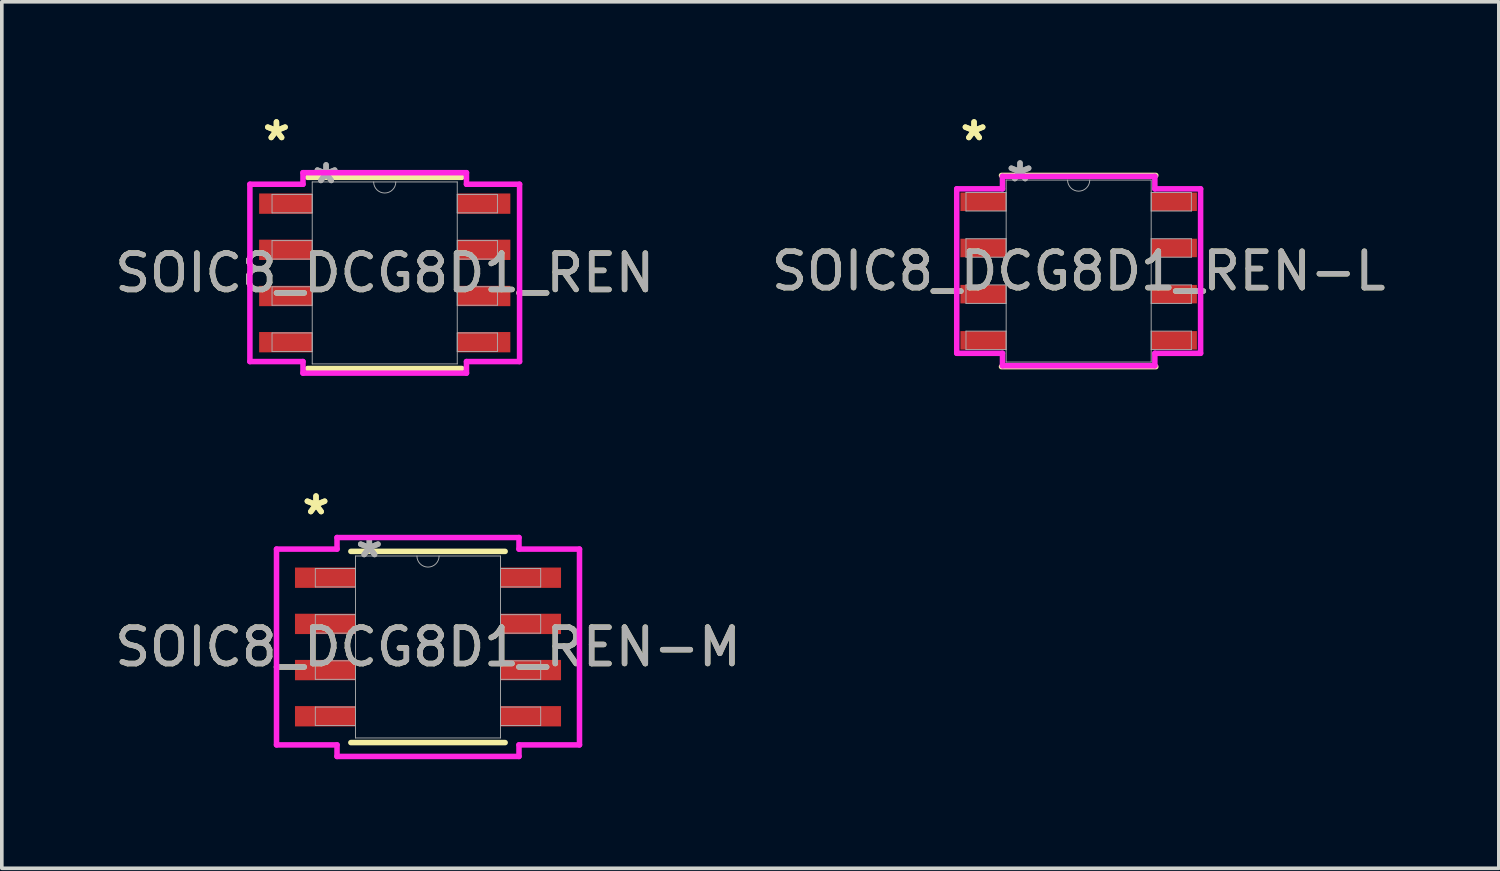
<source format=kicad_pcb>
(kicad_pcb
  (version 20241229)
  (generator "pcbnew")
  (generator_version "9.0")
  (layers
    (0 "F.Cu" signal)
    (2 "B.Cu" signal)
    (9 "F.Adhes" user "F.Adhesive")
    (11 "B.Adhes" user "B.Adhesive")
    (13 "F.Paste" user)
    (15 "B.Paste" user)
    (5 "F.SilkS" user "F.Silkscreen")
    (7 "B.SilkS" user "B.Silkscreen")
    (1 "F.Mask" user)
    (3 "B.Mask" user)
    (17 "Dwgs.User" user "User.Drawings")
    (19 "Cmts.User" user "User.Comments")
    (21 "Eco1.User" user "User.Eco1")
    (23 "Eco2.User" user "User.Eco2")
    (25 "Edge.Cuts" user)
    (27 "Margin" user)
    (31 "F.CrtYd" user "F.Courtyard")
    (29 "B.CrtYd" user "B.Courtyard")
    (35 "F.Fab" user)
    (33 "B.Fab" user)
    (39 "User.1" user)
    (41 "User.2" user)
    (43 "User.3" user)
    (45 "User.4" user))
  (footprint "SOIC8_DCG8D1_REN-L"
    (layer "F.Cu")
    (at 26.613 4.404)
    (property "Reference" "SOIC8_DCG8D1_REN-L" (at 0 0 0) (unlocked yes) (layer "F.SilkS") (effects (font (size 1 1) (thickness 0.15))))
    (attr smd)
    (fp_line (start -2.121 2.629) (end 2.121 2.629) (stroke (width 0.152) (type solid)) (layer "F.SilkS"))
    (fp_line (start 2.121 -2.629) (end -2.121 -2.629) (stroke (width 0.152) (type solid)) (layer "F.SilkS"))
    (fp_line (start -3.353 -2.261) (end -2.095 -2.261) (stroke (width 0.152) (type solid)) (layer "F.CrtYd"))
    (fp_line (start -3.353 2.261) (end -3.353 -2.261) (stroke (width 0.152) (type solid)) (layer "F.CrtYd"))
    (fp_line (start -3.353 2.261) (end -2.095 2.261) (stroke (width 0.152) (type solid)) (layer "F.CrtYd"))
    (fp_line (start -2.095 -2.603) (end 2.095 -2.603) (stroke (width 0.152) (type solid)) (layer "F.CrtYd"))
    (fp_line (start -2.095 -2.261) (end -2.095 -2.603) (stroke (width 0.152) (type solid)) (layer "F.CrtYd"))
    (fp_line (start -2.095 2.603) (end -2.095 2.261) (stroke (width 0.152) (type solid)) (layer "F.CrtYd"))
    (fp_line (start 2.095 -2.603) (end 2.095 -2.261) (stroke (width 0.152) (type solid)) (layer "F.CrtYd"))
    (fp_line (start 2.095 2.261) (end 2.095 2.603) (stroke (width 0.152) (type solid)) (layer "F.CrtYd"))
    (fp_line (start 2.095 2.603) (end -2.095 2.603) (stroke (width 0.152) (type solid)) (layer "F.CrtYd"))
    (fp_line (start 3.353 -2.261) (end 2.095 -2.261) (stroke (width 0.152) (type solid)) (layer "F.CrtYd"))
    (fp_line (start 3.353 -2.261) (end 3.353 2.261) (stroke (width 0.152) (type solid)) (layer "F.CrtYd"))
    (fp_line (start 3.353 2.261) (end 2.095 2.261) (stroke (width 0.152) (type solid)) (layer "F.CrtYd"))
    (fp_line (start -3.099 -2.159) (end -3.099 -1.651) (stroke (width 0.025) (type solid)) (layer "F.Fab"))
    (fp_line (start -3.099 -1.651) (end -1.994 -1.651) (stroke (width 0.025) (type solid)) (layer "F.Fab"))
    (fp_line (start -3.099 -0.889) (end -3.099 -0.381) (stroke (width 0.025) (type solid)) (layer "F.Fab"))
    (fp_line (start -3.099 -0.381) (end -1.994 -0.381) (stroke (width 0.025) (type solid)) (layer "F.Fab"))
    (fp_line (start -3.099 0.381) (end -3.099 0.889) (stroke (width 0.025) (type solid)) (layer "F.Fab"))
    (fp_line (start -3.099 0.889) (end -1.994 0.889) (stroke (width 0.025) (type solid)) (layer "F.Fab"))
    (fp_line (start -3.099 1.651) (end -3.099 2.159) (stroke (width 0.025) (type solid)) (layer "F.Fab"))
    (fp_line (start -3.099 2.159) (end -1.994 2.159) (stroke (width 0.025) (type solid)) (layer "F.Fab"))
    (fp_line (start -1.994 -2.502) (end -1.994 2.502) (stroke (width 0.025) (type solid)) (layer "F.Fab"))
    (fp_line (start -1.994 -2.159) (end -3.099 -2.159) (stroke (width 0.025) (type solid)) (layer "F.Fab"))
    (fp_line (start -1.994 -1.651) (end -1.994 -2.159) (stroke (width 0.025) (type solid)) (layer "F.Fab"))
    (fp_line (start -1.994 -0.889) (end -3.099 -0.889) (stroke (width 0.025) (type solid)) (layer "F.Fab"))
    (fp_line (start -1.994 -0.381) (end -1.994 -0.889) (stroke (width 0.025) (type solid)) (layer "F.Fab"))
    (fp_line (start -1.994 0.381) (end -3.099 0.381) (stroke (width 0.025) (type solid)) (layer "F.Fab"))
    (fp_line (start -1.994 0.889) (end -1.994 0.381) (stroke (width 0.025) (type solid)) (layer "F.Fab"))
    (fp_line (start -1.994 1.651) (end -3.099 1.651) (stroke (width 0.025) (type solid)) (layer "F.Fab"))
    (fp_line (start -1.994 2.159) (end -1.994 1.651) (stroke (width 0.025) (type solid)) (layer "F.Fab"))
    (fp_line (start -1.994 2.502) (end 1.994 2.502) (stroke (width 0.025) (type solid)) (layer "F.Fab"))
    (fp_line (start 1.994 -2.502) (end -1.994 -2.502) (stroke (width 0.025) (type solid)) (layer "F.Fab"))
    (fp_line (start 1.994 -2.159) (end 1.994 -1.651) (stroke (width 0.025) (type solid)) (layer "F.Fab"))
    (fp_line (start 1.994 -1.651) (end 3.099 -1.651) (stroke (width 0.025) (type solid)) (layer "F.Fab"))
    (fp_line (start 1.994 -0.889) (end 1.994 -0.381) (stroke (width 0.025) (type solid)) (layer "F.Fab"))
    (fp_line (start 1.994 -0.381) (end 3.099 -0.381) (stroke (width 0.025) (type solid)) (layer "F.Fab"))
    (fp_line (start 1.994 0.381) (end 1.994 0.889) (stroke (width 0.025) (type solid)) (layer "F.Fab"))
    (fp_line (start 1.994 0.889) (end 3.099 0.889) (stroke (width 0.025) (type solid)) (layer "F.Fab"))
    (fp_line (start 1.994 1.651) (end 1.994 2.159) (stroke (width 0.025) (type solid)) (layer "F.Fab"))
    (fp_line (start 1.994 2.159) (end 3.099 2.159) (stroke (width 0.025) (type solid)) (layer "F.Fab"))
    (fp_line (start 1.994 2.502) (end 1.994 -2.502) (stroke (width 0.025) (type solid)) (layer "F.Fab"))
    (fp_line (start 3.099 -2.159) (end 1.994 -2.159) (stroke (width 0.025) (type solid)) (layer "F.Fab"))
    (fp_line (start 3.099 -1.651) (end 3.099 -2.159) (stroke (width 0.025) (type solid)) (layer "F.Fab"))
    (fp_line (start 3.099 -0.889) (end 1.994 -0.889) (stroke (width 0.025) (type solid)) (layer "F.Fab"))
    (fp_line (start 3.099 -0.381) (end 3.099 -0.889) (stroke (width 0.025) (type solid)) (layer "F.Fab"))
    (fp_line (start 3.099 0.381) (end 1.994 0.381) (stroke (width 0.025) (type solid)) (layer "F.Fab"))
    (fp_line (start 3.099 0.889) (end 3.099 0.381) (stroke (width 0.025) (type solid)) (layer "F.Fab"))
    (fp_line (start 3.099 1.651) (end 1.994 1.651) (stroke (width 0.025) (type solid)) (layer "F.Fab"))
    (fp_line (start 3.099 2.159) (end 3.099 1.651) (stroke (width 0.025) (type solid)) (layer "F.Fab"))
    (fp_arc (start 0.3048 -2.5019) (mid 0 -2.1971) (end -0.3048 -2.5019) (stroke (width 0.0254) (type solid)) (layer "F.Fab"))
    (fp_text user "*" (at -2.877 -3.556 0) (unlocked yes) (layer "F.SilkS") (effects (font (size 1 1) (thickness 0.15))))
    (fp_text user "*" (at -2.877 -3.556 0) (layer "F.SilkS") (effects (font (size 1 1) (thickness 0.15))))
    (fp_text user "*" (at -1.613 -2.426 0) (layer "F.Fab") (effects (font (size 1 1) (thickness 0.15))))
    (fp_text user "*" (at -1.613 -2.426 0) (unlocked yes) (layer "F.Fab") (effects (font (size 1 1) (thickness 0.15))))
    (fp_text user "${REFERENCE}" (at 0 0 0) (unlocked yes) (layer "F.Fab") (effects (font (size 1 1) (thickness 0.15))))
    (pad "1" smd rect (at -2.623 -1.905) (size 1.257 0.508) (layers "F.Cu" "F.Mask" "F.Paste"))
    (pad "2" smd rect (at -2.623 -0.635) (size 1.257 0.508) (layers "F.Cu" "F.Mask" "F.Paste"))
    (pad "3" smd rect (at -2.623 0.635) (size 1.257 0.508) (layers "F.Cu" "F.Mask" "F.Paste"))
    (pad "4" smd rect (at -2.623 1.905) (size 1.257 0.508) (layers "F.Cu" "F.Mask" "F.Paste"))
    (pad "5" smd rect (at 2.623 1.905) (size 1.257 0.508) (layers "F.Cu" "F.Mask" "F.Paste"))
    (pad "6" smd rect (at 2.623 0.635) (size 1.257 0.508) (layers "F.Cu" "F.Mask" "F.Paste"))
    (pad "7" smd rect (at 2.623 -0.635) (size 1.257 0.508) (layers "F.Cu" "F.Mask" "F.Paste"))
    (pad "8" smd rect (at 2.623 -1.905) (size 1.257 0.508) (layers "F.Cu" "F.Mask" "F.Paste")))
  (footprint "SOIC8_DCG8D1_REN"
    (layer "F.Cu")
    (at 7.53 4.455)
    (property "Reference" "SOIC8_DCG8D1_REN" (at 0 0 0) (unlocked yes) (layer "F.SilkS") (effects (font (size 1 1) (thickness 0.15))))
    (attr smd)
    (fp_line (start -2.121 2.629) (end 2.121 2.629) (stroke (width 0.152) (type solid)) (layer "F.SilkS"))
    (fp_line (start 2.121 -2.629) (end -2.121 -2.629) (stroke (width 0.152) (type solid)) (layer "F.SilkS"))
    (fp_line (start -3.708 -2.438) (end -2.248 -2.438) (stroke (width 0.152) (type solid)) (layer "F.CrtYd"))
    (fp_line (start -3.708 2.438) (end -3.708 -2.438) (stroke (width 0.152) (type solid)) (layer "F.CrtYd"))
    (fp_line (start -3.708 2.438) (end -2.248 2.438) (stroke (width 0.152) (type solid)) (layer "F.CrtYd"))
    (fp_line (start -2.248 -2.756) (end 2.248 -2.756) (stroke (width 0.152) (type solid)) (layer "F.CrtYd"))
    (fp_line (start -2.248 -2.438) (end -2.248 -2.756) (stroke (width 0.152) (type solid)) (layer "F.CrtYd"))
    (fp_line (start -2.248 2.756) (end -2.248 2.438) (stroke (width 0.152) (type solid)) (layer "F.CrtYd"))
    (fp_line (start 2.248 -2.756) (end 2.248 -2.438) (stroke (width 0.152) (type solid)) (layer "F.CrtYd"))
    (fp_line (start 2.248 2.438) (end 2.248 2.756) (stroke (width 0.152) (type solid)) (layer "F.CrtYd"))
    (fp_line (start 2.248 2.756) (end -2.248 2.756) (stroke (width 0.152) (type solid)) (layer "F.CrtYd"))
    (fp_line (start 3.708 -2.438) (end 2.248 -2.438) (stroke (width 0.152) (type solid)) (layer "F.CrtYd"))
    (fp_line (start 3.708 -2.438) (end 3.708 2.438) (stroke (width 0.152) (type solid)) (layer "F.CrtYd"))
    (fp_line (start 3.708 2.438) (end 2.248 2.438) (stroke (width 0.152) (type solid)) (layer "F.CrtYd"))
    (fp_line (start -3.099 -2.159) (end -3.099 -1.651) (stroke (width 0.025) (type solid)) (layer "F.Fab"))
    (fp_line (start -3.099 -1.651) (end -1.994 -1.651) (stroke (width 0.025) (type solid)) (layer "F.Fab"))
    (fp_line (start -3.099 -0.889) (end -3.099 -0.381) (stroke (width 0.025) (type solid)) (layer "F.Fab"))
    (fp_line (start -3.099 -0.381) (end -1.994 -0.381) (stroke (width 0.025) (type solid)) (layer "F.Fab"))
    (fp_line (start -3.099 0.381) (end -3.099 0.889) (stroke (width 0.025) (type solid)) (layer "F.Fab"))
    (fp_line (start -3.099 0.889) (end -1.994 0.889) (stroke (width 0.025) (type solid)) (layer "F.Fab"))
    (fp_line (start -3.099 1.651) (end -3.099 2.159) (stroke (width 0.025) (type solid)) (layer "F.Fab"))
    (fp_line (start -3.099 2.159) (end -1.994 2.159) (stroke (width 0.025) (type solid)) (layer "F.Fab"))
    (fp_line (start -1.994 -2.502) (end -1.994 2.502) (stroke (width 0.025) (type solid)) (layer "F.Fab"))
    (fp_line (start -1.994 -2.159) (end -3.099 -2.159) (stroke (width 0.025) (type solid)) (layer "F.Fab"))
    (fp_line (start -1.994 -1.651) (end -1.994 -2.159) (stroke (width 0.025) (type solid)) (layer "F.Fab"))
    (fp_line (start -1.994 -0.889) (end -3.099 -0.889) (stroke (width 0.025) (type solid)) (layer "F.Fab"))
    (fp_line (start -1.994 -0.381) (end -1.994 -0.889) (stroke (width 0.025) (type solid)) (layer "F.Fab"))
    (fp_line (start -1.994 0.381) (end -3.099 0.381) (stroke (width 0.025) (type solid)) (layer "F.Fab"))
    (fp_line (start -1.994 0.889) (end -1.994 0.381) (stroke (width 0.025) (type solid)) (layer "F.Fab"))
    (fp_line (start -1.994 1.651) (end -3.099 1.651) (stroke (width 0.025) (type solid)) (layer "F.Fab"))
    (fp_line (start -1.994 2.159) (end -1.994 1.651) (stroke (width 0.025) (type solid)) (layer "F.Fab"))
    (fp_line (start -1.994 2.502) (end 1.994 2.502) (stroke (width 0.025) (type solid)) (layer "F.Fab"))
    (fp_line (start 1.994 -2.502) (end -1.994 -2.502) (stroke (width 0.025) (type solid)) (layer "F.Fab"))
    (fp_line (start 1.994 -2.159) (end 1.994 -1.651) (stroke (width 0.025) (type solid)) (layer "F.Fab"))
    (fp_line (start 1.994 -1.651) (end 3.099 -1.651) (stroke (width 0.025) (type solid)) (layer "F.Fab"))
    (fp_line (start 1.994 -0.889) (end 1.994 -0.381) (stroke (width 0.025) (type solid)) (layer "F.Fab"))
    (fp_line (start 1.994 -0.381) (end 3.099 -0.381) (stroke (width 0.025) (type solid)) (layer "F.Fab"))
    (fp_line (start 1.994 0.381) (end 1.994 0.889) (stroke (width 0.025) (type solid)) (layer "F.Fab"))
    (fp_line (start 1.994 0.889) (end 3.099 0.889) (stroke (width 0.025) (type solid)) (layer "F.Fab"))
    (fp_line (start 1.994 1.651) (end 1.994 2.159) (stroke (width 0.025) (type solid)) (layer "F.Fab"))
    (fp_line (start 1.994 2.159) (end 3.099 2.159) (stroke (width 0.025) (type solid)) (layer "F.Fab"))
    (fp_line (start 1.994 2.502) (end 1.994 -2.502) (stroke (width 0.025) (type solid)) (layer "F.Fab"))
    (fp_line (start 3.099 -2.159) (end 1.994 -2.159) (stroke (width 0.025) (type solid)) (layer "F.Fab"))
    (fp_line (start 3.099 -1.651) (end 3.099 -2.159) (stroke (width 0.025) (type solid)) (layer "F.Fab"))
    (fp_line (start 3.099 -0.889) (end 1.994 -0.889) (stroke (width 0.025) (type solid)) (layer "F.Fab"))
    (fp_line (start 3.099 -0.381) (end 3.099 -0.889) (stroke (width 0.025) (type solid)) (layer "F.Fab"))
    (fp_line (start 3.099 0.381) (end 1.994 0.381) (stroke (width 0.025) (type solid)) (layer "F.Fab"))
    (fp_line (start 3.099 0.889) (end 3.099 0.381) (stroke (width 0.025) (type solid)) (layer "F.Fab"))
    (fp_line (start 3.099 1.651) (end 1.994 1.651) (stroke (width 0.025) (type solid)) (layer "F.Fab"))
    (fp_line (start 3.099 2.159) (end 3.099 1.651) (stroke (width 0.025) (type solid)) (layer "F.Fab"))
    (fp_arc (start 0.3048 -2.5019) (mid 0 -2.1971) (end -0.3048 -2.5019) (stroke (width 0.0254) (type solid)) (layer "F.Fab"))
    (fp_text user "*" (at -2.978 -3.607 0) (layer "F.SilkS") (effects (font (size 1 1) (thickness 0.15))))
    (fp_text user "*" (at -2.978 -3.607 0) (unlocked yes) (layer "F.SilkS") (effects (font (size 1 1) (thickness 0.15))))
    (fp_text user "*" (at -1.613 -2.426 0) (unlocked yes) (layer "F.Fab") (effects (font (size 1 1) (thickness 0.15))))
    (fp_text user "*" (at -1.613 -2.426 0) (layer "F.Fab") (effects (font (size 1 1) (thickness 0.15))))
    (fp_text user "${REFERENCE}" (at 0 0 0) (unlocked yes) (layer "F.Fab") (effects (font (size 1 1) (thickness 0.15))))
    (pad "1" smd rect (at -2.724 -1.905) (size 1.46 0.559) (layers "F.Cu" "F.Mask" "F.Paste"))
    (pad "2" smd rect (at -2.724 -0.635) (size 1.46 0.559) (layers "F.Cu" "F.Mask" "F.Paste"))
    (pad "3" smd rect (at -2.724 0.635) (size 1.46 0.559) (layers "F.Cu" "F.Mask" "F.Paste"))
    (pad "4" smd rect (at -2.724 1.905) (size 1.46 0.559) (layers "F.Cu" "F.Mask" "F.Paste"))
    (pad "5" smd rect (at 2.724 1.905) (size 1.46 0.559) (layers "F.Cu" "F.Mask" "F.Paste"))
    (pad "6" smd rect (at 2.724 0.635) (size 1.46 0.559) (layers "F.Cu" "F.Mask" "F.Paste"))
    (pad "7" smd rect (at 2.724 -0.635) (size 1.46 0.559) (layers "F.Cu" "F.Mask" "F.Paste"))
    (pad "8" smd rect (at 2.724 -1.905) (size 1.46 0.559) (layers "F.Cu" "F.Mask" "F.Paste")))
  (footprint "SOIC8_DCG8D1_REN-M"
    (layer "F.Cu")
    (at 8.72 14.742)
    (property "Reference" "SOIC8_DCG8D1_REN-M" (at 0 0 0) (unlocked yes) (layer "F.SilkS") (effects (font (size 1 1) (thickness 0.15))))
    (attr smd)
    (fp_line (start -2.121 2.629) (end 2.121 2.629) (stroke (width 0.152) (type solid)) (layer "F.SilkS"))
    (fp_line (start 2.121 -2.629) (end -2.121 -2.629) (stroke (width 0.152) (type solid)) (layer "F.SilkS"))
    (fp_line (start -4.166 -2.692) (end -2.502 -2.692) (stroke (width 0.152) (type solid)) (layer "F.CrtYd"))
    (fp_line (start -4.166 2.692) (end -4.166 -2.692) (stroke (width 0.152) (type solid)) (layer "F.CrtYd"))
    (fp_line (start -4.166 2.692) (end -2.502 2.692) (stroke (width 0.152) (type solid)) (layer "F.CrtYd"))
    (fp_line (start -2.502 -3.01) (end 2.502 -3.01) (stroke (width 0.152) (type solid)) (layer "F.CrtYd"))
    (fp_line (start -2.502 -2.692) (end -2.502 -3.01) (stroke (width 0.152) (type solid)) (layer "F.CrtYd"))
    (fp_line (start -2.502 3.01) (end -2.502 2.692) (stroke (width 0.152) (type solid)) (layer "F.CrtYd"))
    (fp_line (start 2.502 -3.01) (end 2.502 -2.692) (stroke (width 0.152) (type solid)) (layer "F.CrtYd"))
    (fp_line (start 2.502 2.692) (end 2.502 3.01) (stroke (width 0.152) (type solid)) (layer "F.CrtYd"))
    (fp_line (start 2.502 3.01) (end -2.502 3.01) (stroke (width 0.152) (type solid)) (layer "F.CrtYd"))
    (fp_line (start 4.166 -2.692) (end 2.502 -2.692) (stroke (width 0.152) (type solid)) (layer "F.CrtYd"))
    (fp_line (start 4.166 -2.692) (end 4.166 2.692) (stroke (width 0.152) (type solid)) (layer "F.CrtYd"))
    (fp_line (start 4.166 2.692) (end 2.502 2.692) (stroke (width 0.152) (type solid)) (layer "F.CrtYd"))
    (fp_line (start -3.099 -2.159) (end -3.099 -1.651) (stroke (width 0.025) (type solid)) (layer "F.Fab"))
    (fp_line (start -3.099 -1.651) (end -1.994 -1.651) (stroke (width 0.025) (type solid)) (layer "F.Fab"))
    (fp_line (start -3.099 -0.889) (end -3.099 -0.381) (stroke (width 0.025) (type solid)) (layer "F.Fab"))
    (fp_line (start -3.099 -0.381) (end -1.994 -0.381) (stroke (width 0.025) (type solid)) (layer "F.Fab"))
    (fp_line (start -3.099 0.381) (end -3.099 0.889) (stroke (width 0.025) (type solid)) (layer "F.Fab"))
    (fp_line (start -3.099 0.889) (end -1.994 0.889) (stroke (width 0.025) (type solid)) (layer "F.Fab"))
    (fp_line (start -3.099 1.651) (end -3.099 2.159) (stroke (width 0.025) (type solid)) (layer "F.Fab"))
    (fp_line (start -3.099 2.159) (end -1.994 2.159) (stroke (width 0.025) (type solid)) (layer "F.Fab"))
    (fp_line (start -1.994 -2.502) (end -1.994 2.502) (stroke (width 0.025) (type solid)) (layer "F.Fab"))
    (fp_line (start -1.994 -2.159) (end -3.099 -2.159) (stroke (width 0.025) (type solid)) (layer "F.Fab"))
    (fp_line (start -1.994 -1.651) (end -1.994 -2.159) (stroke (width 0.025) (type solid)) (layer "F.Fab"))
    (fp_line (start -1.994 -0.889) (end -3.099 -0.889) (stroke (width 0.025) (type solid)) (layer "F.Fab"))
    (fp_line (start -1.994 -0.381) (end -1.994 -0.889) (stroke (width 0.025) (type solid)) (layer "F.Fab"))
    (fp_line (start -1.994 0.381) (end -3.099 0.381) (stroke (width 0.025) (type solid)) (layer "F.Fab"))
    (fp_line (start -1.994 0.889) (end -1.994 0.381) (stroke (width 0.025) (type solid)) (layer "F.Fab"))
    (fp_line (start -1.994 1.651) (end -3.099 1.651) (stroke (width 0.025) (type solid)) (layer "F.Fab"))
    (fp_line (start -1.994 2.159) (end -1.994 1.651) (stroke (width 0.025) (type solid)) (layer "F.Fab"))
    (fp_line (start -1.994 2.502) (end 1.994 2.502) (stroke (width 0.025) (type solid)) (layer "F.Fab"))
    (fp_line (start 1.994 -2.502) (end -1.994 -2.502) (stroke (width 0.025) (type solid)) (layer "F.Fab"))
    (fp_line (start 1.994 -2.159) (end 1.994 -1.651) (stroke (width 0.025) (type solid)) (layer "F.Fab"))
    (fp_line (start 1.994 -1.651) (end 3.099 -1.651) (stroke (width 0.025) (type solid)) (layer "F.Fab"))
    (fp_line (start 1.994 -0.889) (end 1.994 -0.381) (stroke (width 0.025) (type solid)) (layer "F.Fab"))
    (fp_line (start 1.994 -0.381) (end 3.099 -0.381) (stroke (width 0.025) (type solid)) (layer "F.Fab"))
    (fp_line (start 1.994 0.381) (end 1.994 0.889) (stroke (width 0.025) (type solid)) (layer "F.Fab"))
    (fp_line (start 1.994 0.889) (end 3.099 0.889) (stroke (width 0.025) (type solid)) (layer "F.Fab"))
    (fp_line (start 1.994 1.651) (end 1.994 2.159) (stroke (width 0.025) (type solid)) (layer "F.Fab"))
    (fp_line (start 1.994 2.159) (end 3.099 2.159) (stroke (width 0.025) (type solid)) (layer "F.Fab"))
    (fp_line (start 1.994 2.502) (end 1.994 -2.502) (stroke (width 0.025) (type solid)) (layer "F.Fab"))
    (fp_line (start 3.099 -2.159) (end 1.994 -2.159) (stroke (width 0.025) (type solid)) (layer "F.Fab"))
    (fp_line (start 3.099 -1.651) (end 3.099 -2.159) (stroke (width 0.025) (type solid)) (layer "F.Fab"))
    (fp_line (start 3.099 -0.889) (end 1.994 -0.889) (stroke (width 0.025) (type solid)) (layer "F.Fab"))
    (fp_line (start 3.099 -0.381) (end 3.099 -0.889) (stroke (width 0.025) (type solid)) (layer "F.Fab"))
    (fp_line (start 3.099 0.381) (end 1.994 0.381) (stroke (width 0.025) (type solid)) (layer "F.Fab"))
    (fp_line (start 3.099 0.889) (end 3.099 0.381) (stroke (width 0.025) (type solid)) (layer "F.Fab"))
    (fp_line (start 3.099 1.651) (end 1.994 1.651) (stroke (width 0.025) (type solid)) (layer "F.Fab"))
    (fp_line (start 3.099 2.159) (end 3.099 1.651) (stroke (width 0.025) (type solid)) (layer "F.Fab"))
    (fp_arc (start 0.3048 -2.5019) (mid 0 -2.1971) (end -0.3048 -2.5019) (stroke (width 0.0254) (type solid)) (layer "F.Fab"))
    (fp_text user "*" (at -3.08 -3.607 0) (layer "F.SilkS") (effects (font (size 1 1) (thickness 0.15))))
    (fp_text user "*" (at -3.08 -3.607 0) (unlocked yes) (layer "F.SilkS") (effects (font (size 1 1) (thickness 0.15))))
    (fp_text user "*" (at -1.613 -2.426 0) (layer "F.Fab") (effects (font (size 1 1) (thickness 0.15))))
    (fp_text user "${REFERENCE}" (at 0 0 0) (unlocked yes) (layer "F.Fab") (effects (font (size 1 1) (thickness 0.15))))
    (fp_text user "*" (at -1.613 -2.426 0) (unlocked yes) (layer "F.Fab") (effects (font (size 1 1) (thickness 0.15))))
    (pad "1" smd rect (at -2.826 -1.905) (size 1.664 0.559) (layers "F.Cu" "F.Mask" "F.Paste"))
    (pad "2" smd rect (at -2.826 -0.635) (size 1.664 0.559) (layers "F.Cu" "F.Mask" "F.Paste"))
    (pad "3" smd rect (at -2.826 0.635) (size 1.664 0.559) (layers "F.Cu" "F.Mask" "F.Paste"))
    (pad "4" smd rect (at -2.826 1.905) (size 1.664 0.559) (layers "F.Cu" "F.Mask" "F.Paste"))
    (pad "5" smd rect (at 2.826 1.905) (size 1.664 0.559) (layers "F.Cu" "F.Mask" "F.Paste"))
    (pad "6" smd rect (at 2.826 0.635) (size 1.664 0.559) (layers "F.Cu" "F.Mask" "F.Paste"))
    (pad "7" smd rect (at 2.826 -0.635) (size 1.664 0.559) (layers "F.Cu" "F.Mask" "F.Paste"))
    (pad "8" smd rect (at 2.826 -1.905) (size 1.664 0.559) (layers "F.Cu" "F.Mask" "F.Paste")))
  (gr_rect
    (start -3 -3)
    (end 38.167 20.828)
    (stroke (width 0.1) (type default))
    (fill no)
    (layer "Edge.Cuts")))
</source>
